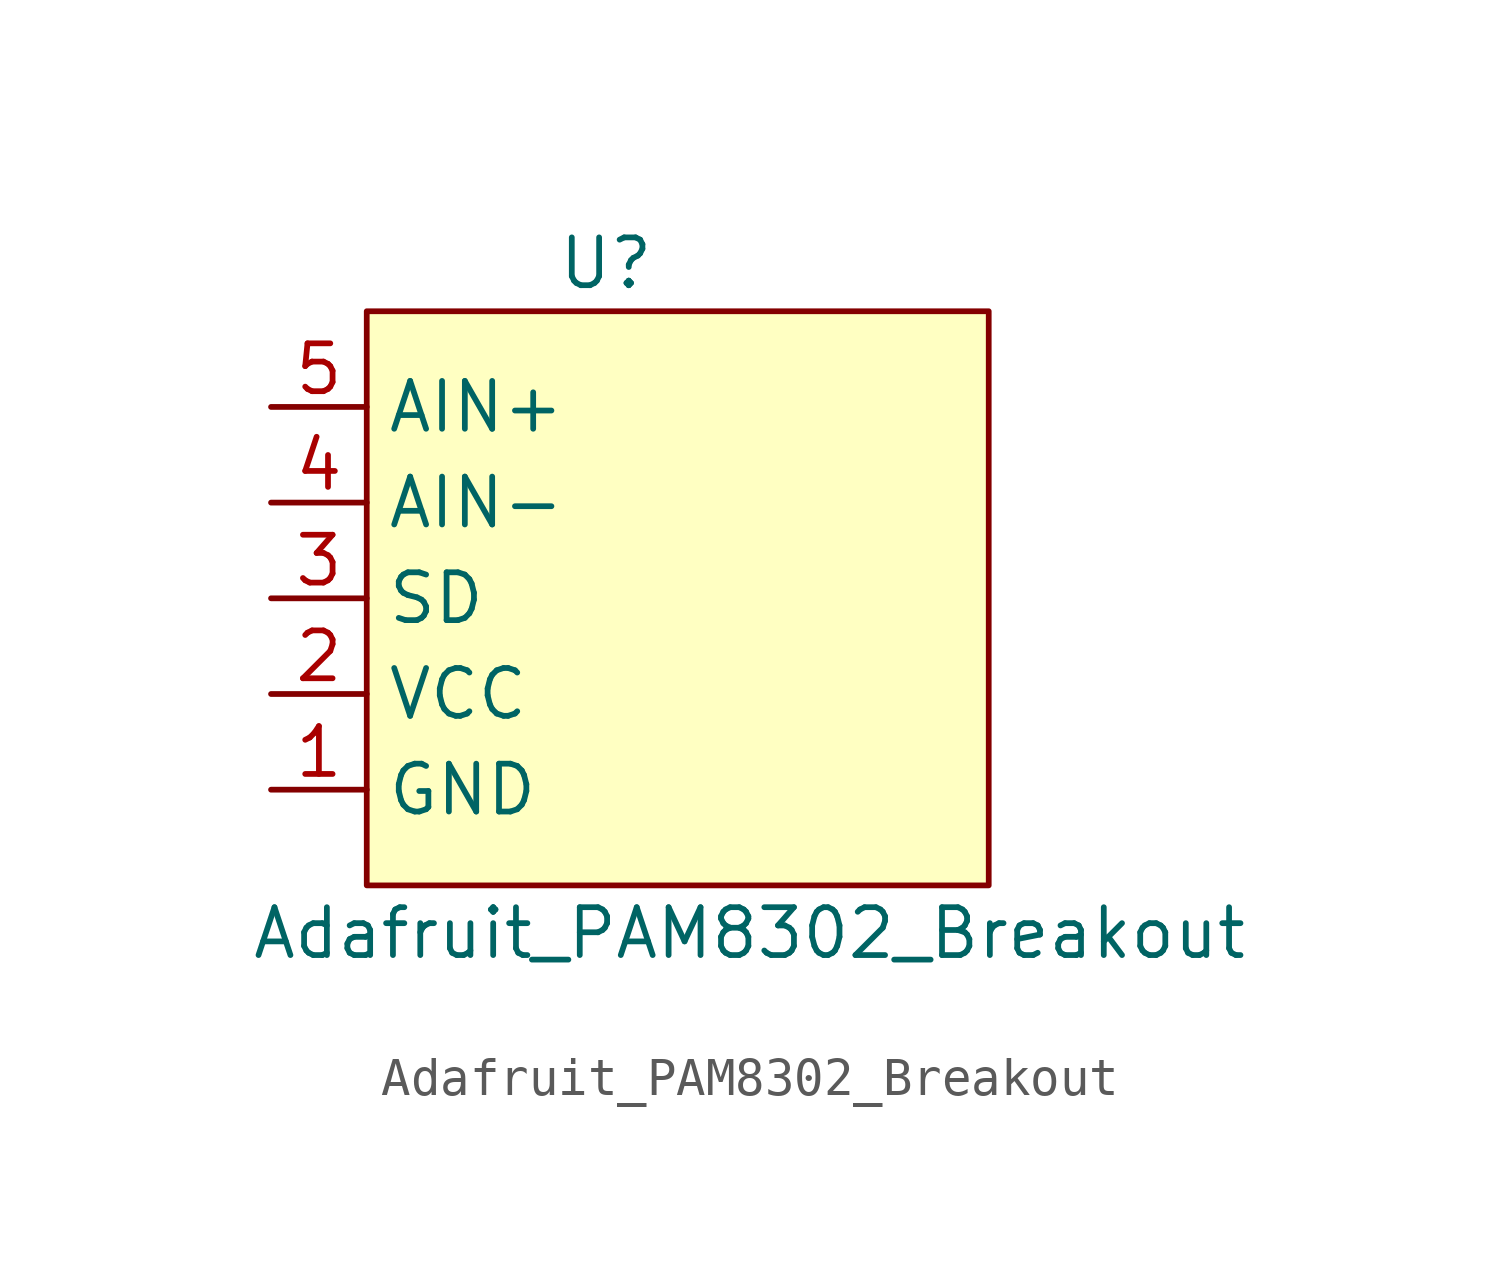
<source format=kicad_sym>
(kicad_symbol_lib
  (version 20211014)
  (generator kicad_symbol_editor)
  (symbol "Adafruit_PAM8302_Breakout"
    (property "Reference" "U"
      (at -3.81 8.89 0)
      (effects (font (size 1.27 1.27))))
    (property "Value" "Adafruit_PAM8302_Breakout"
      (at 0 -8.89 0)
      (effects (font (size 1.27 1.27))))
    (symbol "Adafruit_PAM8302_Breakout_0_1"
      (rectangle (start -10.16 7.62) (end 6.35 -7.62) (stroke (width 0.152) (type default) (color 0 0 0 0)) (fill (type background))))
    (symbol "Adafruit_PAM8302_Breakout_1_1"
      (pin power_in line (at -12.7 -5.08 0) (length 2.54) (name "GND" (effects (font (size 1.27 1.27)))) (number "1" (effects (font (size 1.27 1.27)))))
      (pin power_in line (at -12.7 -2.54 0) (length 2.54) (name "VCC" (effects (font (size 1.27 1.27)))) (number "2" (effects (font (size 1.27 1.27)))))
      (pin input line (at -12.7 0 0) (length 2.54) (name "SD" (effects (font (size 1.27 1.27)))) (number "3" (effects (font (size 1.27 1.27)))))
      (pin input line (at -12.7 2.54 0) (length 2.54) (name "AIN-" (effects (font (size 1.27 1.27)))) (number "4" (effects (font (size 1.27 1.27)))))
      (pin input line (at -12.7 5.08 0) (length 2.54) (name "AIN+" (effects (font (size 1.27 1.27)))) (number "5" (effects (font (size 1.27 1.27))))))))
</source>
